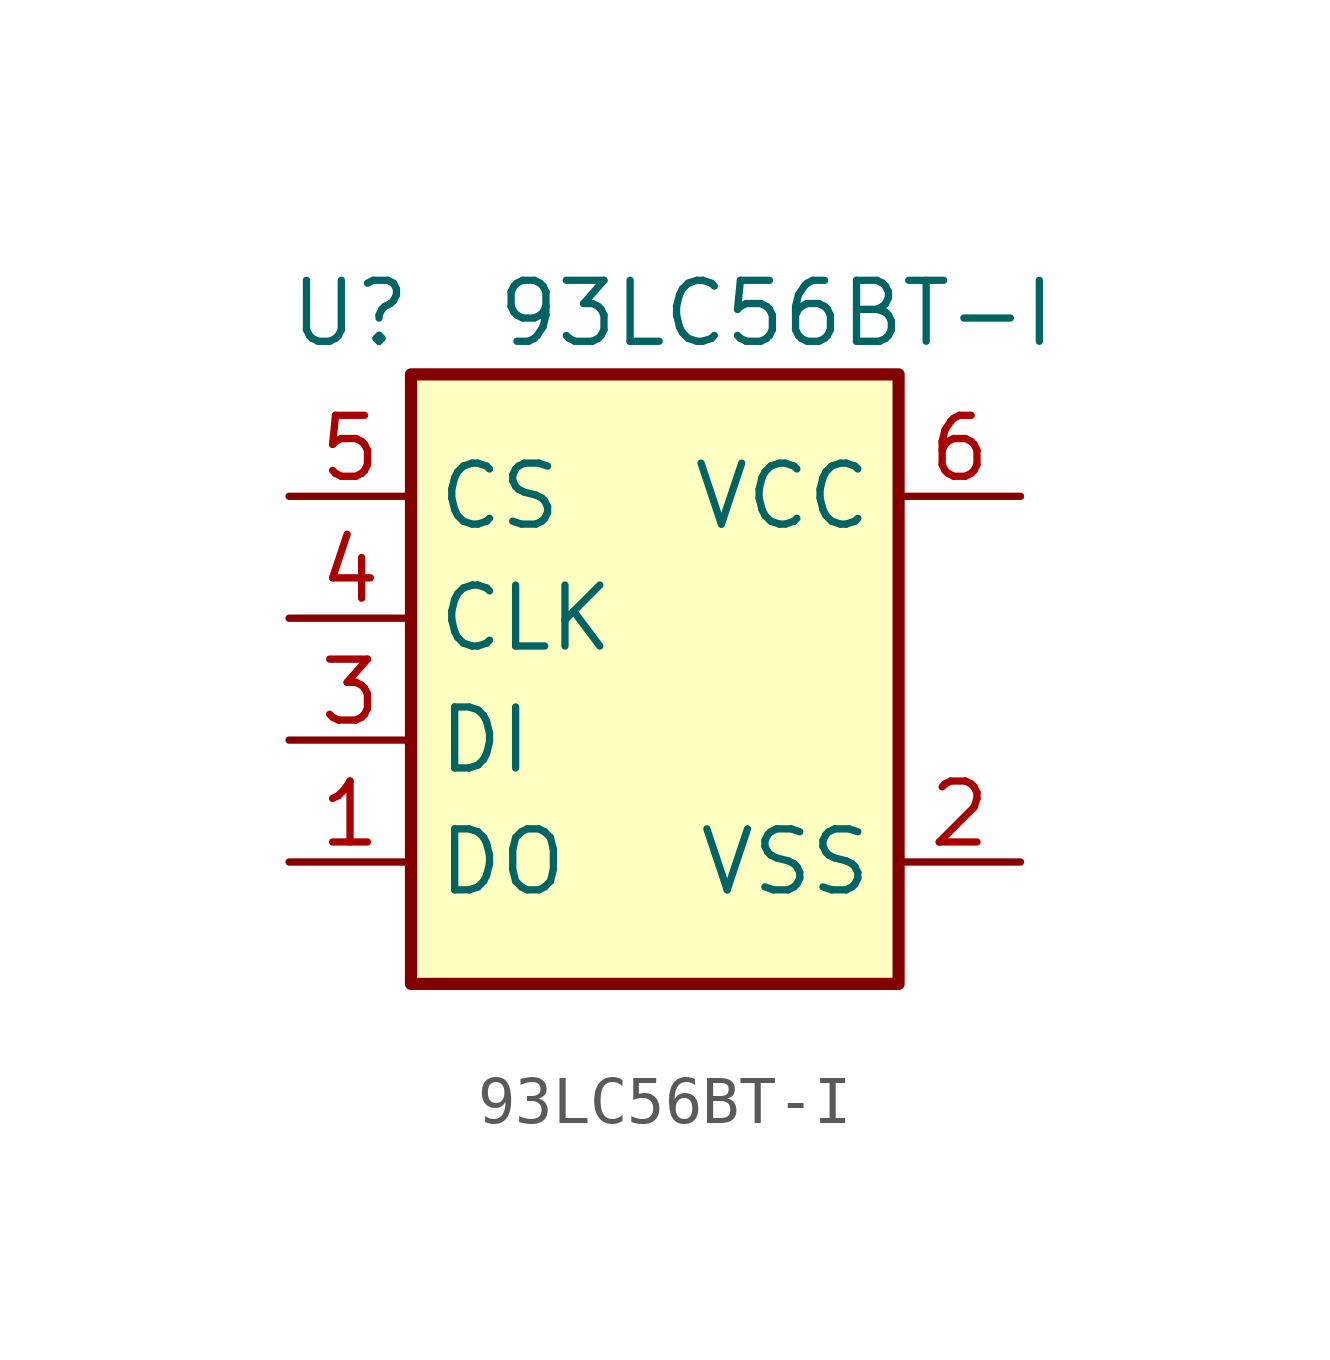
<source format=kicad_sym>
(kicad_symbol_lib
  (version 20231120)
  (generator "kicad_symbol_editor")
  (generator_version "8.0")
  (symbol "93LC56BT-I"
    (property "Reference" "U"
      (at -6.35 6.35 0)
      (effects (font (size 1.27 1.27))))
    (property "Value" "93LC56BT-I"
      (at 2.54 6.35 0)
      (effects (font (size 1.27 1.27))))
    (symbol "93LC56BT-I_0_1"
      (rectangle (start -5.08 5.08) (end 5.08 -7.62) (stroke (width 0.254) (type default)) (fill (type background))))
    (symbol "93LC56BT-I_1_1"
      (pin output line (at -7.62 -5.08 0) (length 2.54) (name "DO" (effects (font (size 1.27 1.27)))) (number "1" (effects (font (size 1.27 1.27)))))
      (pin power_in line (at 7.62 -5.08 180) (length 2.54) (name "VSS" (effects (font (size 1.27 1.27)))) (number "2" (effects (font (size 1.27 1.27)))))
      (pin input line (at -7.62 -2.54 0) (length 2.54) (name "DI" (effects (font (size 1.27 1.27)))) (number "3" (effects (font (size 1.27 1.27)))))
      (pin input line (at -7.62 0 0) (length 2.54) (name "CLK" (effects (font (size 1.27 1.27)))) (number "4" (effects (font (size 1.27 1.27)))))
      (pin input line (at -7.62 2.54 0) (length 2.54) (name "CS" (effects (font (size 1.27 1.27)))) (number "5" (effects (font (size 1.27 1.27)))))
      (pin power_in line (at 7.62 2.54 180) (length 2.54) (name "VCC" (effects (font (size 1.27 1.27)))) (number "6" (effects (font (size 1.27 1.27))))))))
</source>
